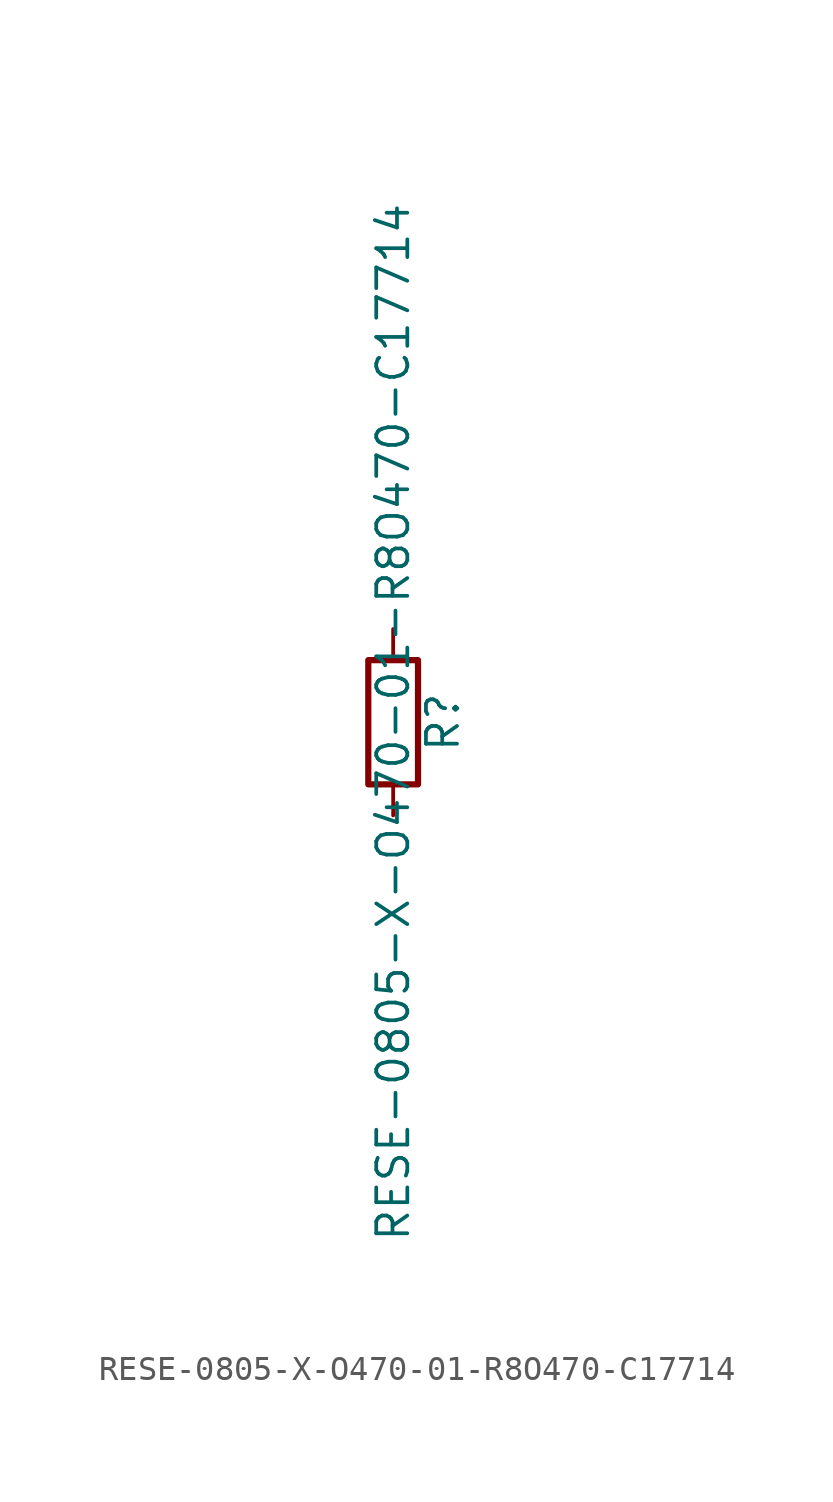
<source format=kicad_sym>
(kicad_symbol_lib
  (version 20211014)
  (generator kicad_symbol_editor)
  (symbol "RESE-0805-X-O470-01-R8O470-C17714"
    (pin_numbers hide)
    (pin_names
      (offset 0))
    (property "Reference" "R"
      (at 2.032 0 90)
      (effects (font (size 1.27 1.27))))
    (property "Value" "RESE-0805-X-O470-01-R8O470-C17714"
      (at 0 0 90)
      (effects (font (size 1.27 1.27))))
    (symbol "RESE-0805-X-O470-01-R8O470-C17714_0_1"
      (rectangle (start -1.016 -2.54) (end 1.016 2.54) (stroke (width 0.254) (type default) (color 0 0 0 0)) (fill (type none))))
    (symbol "RESE-0805-X-O470-01-R8O470-C17714_1_1"
      (pin passive line (at 0 3.81 270) (length 1.27) (name "~" (effects (font (size 1.27 1.27)))) (number "1" (effects (font (size 1.27 1.27)))))
      (pin passive line (at 0 -3.81 90) (length 1.27) (name "~" (effects (font (size 1.27 1.27)))) (number "2" (effects (font (size 1.27 1.27))))))))
</source>
